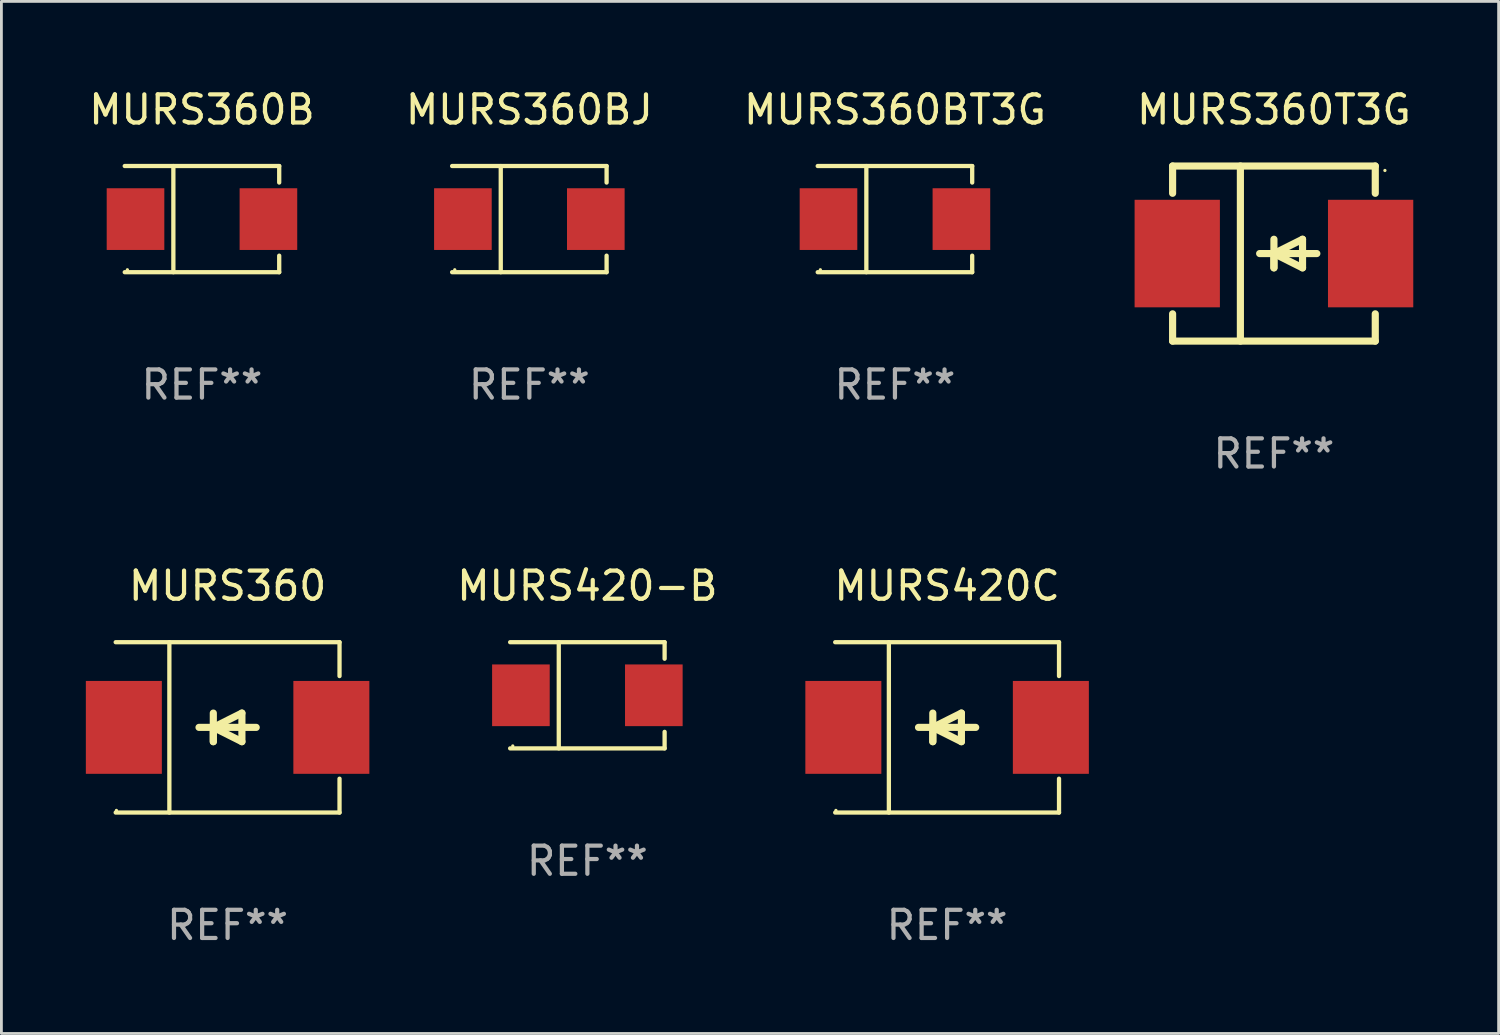
<source format=kicad_pcb>
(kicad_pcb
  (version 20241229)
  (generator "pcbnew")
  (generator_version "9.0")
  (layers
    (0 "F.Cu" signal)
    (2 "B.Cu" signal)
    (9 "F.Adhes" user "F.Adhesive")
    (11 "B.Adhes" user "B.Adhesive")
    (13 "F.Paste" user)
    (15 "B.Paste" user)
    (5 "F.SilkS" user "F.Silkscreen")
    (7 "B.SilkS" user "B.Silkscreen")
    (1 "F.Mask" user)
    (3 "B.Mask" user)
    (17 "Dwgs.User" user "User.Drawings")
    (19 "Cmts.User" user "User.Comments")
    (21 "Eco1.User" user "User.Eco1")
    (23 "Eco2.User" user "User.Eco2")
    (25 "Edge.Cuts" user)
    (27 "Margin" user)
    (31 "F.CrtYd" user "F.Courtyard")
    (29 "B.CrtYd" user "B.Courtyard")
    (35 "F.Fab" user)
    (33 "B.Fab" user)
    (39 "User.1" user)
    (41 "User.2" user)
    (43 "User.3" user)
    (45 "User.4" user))
  (footprint "MURS420C"
    (layer "F.Cu")
    (at 30.597 22.791)
    (property "Reference" "MURS420C" (at 0 -5.026 0) (layer "F.SilkS") (effects (font (size 1 1) (thickness 0.15))))
    (attr through_hole)
    (fp_line (start -3.976 -3.026) (end 3.976 -3.026) (stroke (width 0.152) (type solid)) (layer "F.SilkS"))
    (fp_line (start -3.976 3.026) (end 3.976 3.026) (stroke (width 0.152) (type solid)) (layer "F.SilkS"))
    (fp_line (start -2.069 -3.026) (end -2.069 3.026) (stroke (width 0.152) (type solid)) (layer "F.SilkS"))
    (fp_line (start -0.508 0) (end -0.508 0.508) (stroke (width 0.254) (type solid)) (layer "F.SilkS"))
    (fp_line (start -0.508 0) (end 0.508 0.508) (stroke (width 0.254) (type solid)) (layer "F.SilkS"))
    (fp_line (start -0.508 0.508) (end -0.508 -0.508) (stroke (width 0.254) (type solid)) (layer "F.SilkS"))
    (fp_line (start 0.508 -0.508) (end -0.508 0) (stroke (width 0.254) (type solid)) (layer "F.SilkS"))
    (fp_line (start 0.508 0.508) (end 0.508 -0.508) (stroke (width 0.254) (type solid)) (layer "F.SilkS"))
    (fp_line (start 1.016 0) (end -1.016 0) (stroke (width 0.254) (type solid)) (layer "F.SilkS"))
    (fp_line (start 3.976 -3.026) (end 3.976 -1.823) (stroke (width 0.152) (type solid)) (layer "F.SilkS"))
    (fp_line (start 3.976 3.026) (end 3.976 1.823) (stroke (width 0.152) (type solid)) (layer "F.SilkS"))
    (fp_circle (center -3.95 2.95) (end -3.92 2.95) (stroke (width 0.06) (type solid)) (fill no) (layer "F.SilkS"))
    (fp_text user "REF**" (at 0 7.026 0) (layer "F.Fab") (effects (font (size 1 1) (thickness 0.15))))
    (pad "1" smd rect (at -3.686 0) (size 2.7 3.3) (layers "F.Cu" "F.Mask" "F.Paste"))
    (pad "2" smd rect (at 3.686 0) (size 2.7 3.3) (layers "F.Cu" "F.Mask" "F.Paste")))
  (footprint "MURS360BJ"
    (layer "F.Cu")
    (at 15.756 4.734)
    (property "Reference" "MURS360BJ" (at 0 -3.886 0) (layer "F.SilkS") (effects (font (size 1 1) (thickness 0.15))))
    (attr through_hole)
    (fp_line (start -2.744 -1.886) (end 2.744 -1.886) (stroke (width 0.152) (type solid)) (layer "F.SilkS"))
    (fp_line (start -2.744 1.886) (end 2.744 1.886) (stroke (width 0.152) (type solid)) (layer "F.SilkS"))
    (fp_line (start -1.016 -1.886) (end -1.016 1.886) (stroke (width 0.152) (type solid)) (layer "F.SilkS"))
    (fp_line (start 2.744 -1.886) (end 2.744 -1.299) (stroke (width 0.152) (type solid)) (layer "F.SilkS"))
    (fp_line (start 2.744 1.886) (end 2.744 1.299) (stroke (width 0.152) (type solid)) (layer "F.SilkS"))
    (fp_circle (center -2.65 1.8) (end -2.62 1.8) (stroke (width 0.06) (type solid)) (fill no) (layer "F.SilkS"))
    (fp_text user "REF**" (at 0 5.886 0) (layer "F.Fab") (effects (font (size 1 1) (thickness 0.15))))
    (pad "1" smd rect (at -2.361 0) (size 2.047 2.192) (layers "F.Cu" "F.Mask" "F.Paste"))
    (pad "2" smd rect (at 2.361 0) (size 2.047 2.192) (layers "F.Cu" "F.Mask" "F.Paste")))
  (footprint "MURS360T3G"
    (layer "F.Cu")
    (at 42.208 5.958)
    (property "Reference" "MURS360T3G" (at 0 -5.11 0) (layer "F.SilkS") (effects (font (size 1 1) (thickness 0.15))))
    (attr through_hole)
    (fp_line (start -3.6 -3.11) (end -3.6 -2.141) (stroke (width 0.254) (type solid)) (layer "F.SilkS"))
    (fp_line (start -3.6 -3.11) (end 3.6 -3.11) (stroke (width 0.254) (type solid)) (layer "F.SilkS"))
    (fp_line (start -3.6 2.141) (end -3.6 3.11) (stroke (width 0.254) (type solid)) (layer "F.SilkS"))
    (fp_line (start -3.6 3.11) (end 3.6 3.11) (stroke (width 0.254) (type solid)) (layer "F.SilkS"))
    (fp_line (start -1.192 -3.11) (end -1.192 3.11) (stroke (width 0.254) (type solid)) (layer "F.SilkS"))
    (fp_line (start 0 0) (end 0 0.508) (stroke (width 0.254) (type solid)) (layer "F.SilkS"))
    (fp_line (start 0 0) (end 1.016 0.508) (stroke (width 0.254) (type solid)) (layer "F.SilkS"))
    (fp_line (start 0 0.508) (end 0 -0.508) (stroke (width 0.254) (type solid)) (layer "F.SilkS"))
    (fp_line (start 1.016 -0.508) (end 0 0) (stroke (width 0.254) (type solid)) (layer "F.SilkS"))
    (fp_line (start 1.016 0.508) (end 1.016 -0.508) (stroke (width 0.254) (type solid)) (layer "F.SilkS"))
    (fp_line (start 1.524 0) (end -0.508 0) (stroke (width 0.254) (type solid)) (layer "F.SilkS"))
    (fp_line (start 3.6 -3.11) (end 3.6 -2.141) (stroke (width 0.254) (type solid)) (layer "F.SilkS"))
    (fp_line (start 3.6 2.141) (end 3.6 3.11) (stroke (width 0.254) (type solid)) (layer "F.SilkS"))
    (fp_circle (center 3.943 -2.952) (end 3.973 -2.952) (stroke (width 0.06) (type solid)) (fill no) (layer "F.SilkS"))
    (fp_text user "REF**" (at 0 7.11 0) (layer "F.Fab") (effects (font (size 1 1) (thickness 0.15))))
    (pad "1" smd rect (at 3.435 0 180) (size 3.03 3.82) (layers "F.Cu" "F.Mask" "F.Paste"))
    (pad "2" smd rect (at -3.435 0 180) (size 3.03 3.82) (layers "F.Cu" "F.Mask" "F.Paste")))
  (footprint "MURS420-B"
    (layer "F.Cu")
    (at 17.817 21.651)
    (property "Reference" "MURS420-B" (at 0 -3.886 0) (layer "F.SilkS") (effects (font (size 1 1) (thickness 0.15))))
    (attr through_hole)
    (fp_line (start -2.744 -1.886) (end 2.744 -1.886) (stroke (width 0.152) (type solid)) (layer "F.SilkS"))
    (fp_line (start -2.744 1.886) (end 2.744 1.886) (stroke (width 0.152) (type solid)) (layer "F.SilkS"))
    (fp_line (start -1.016 -1.886) (end -1.016 1.886) (stroke (width 0.152) (type solid)) (layer "F.SilkS"))
    (fp_line (start 2.744 -1.886) (end 2.744 -1.299) (stroke (width 0.152) (type solid)) (layer "F.SilkS"))
    (fp_line (start 2.744 1.886) (end 2.744 1.299) (stroke (width 0.152) (type solid)) (layer "F.SilkS"))
    (fp_circle (center -2.65 1.8) (end -2.62 1.8) (stroke (width 0.06) (type solid)) (fill no) (layer "F.SilkS"))
    (fp_text user "REF**" (at 0 5.886 0) (layer "F.Fab") (effects (font (size 1 1) (thickness 0.15))))
    (pad "1" smd rect (at -2.361 0) (size 2.047 2.192) (layers "F.Cu" "F.Mask" "F.Paste"))
    (pad "2" smd rect (at 2.361 0) (size 2.047 2.192) (layers "F.Cu" "F.Mask" "F.Paste")))
  (footprint "MURS360"
    (layer "F.Cu")
    (at 5.036 22.791)
    (property "Reference" "MURS360" (at 0 -5.026 0) (layer "F.SilkS") (effects (font (size 1 1) (thickness 0.15))))
    (attr through_hole)
    (fp_line (start -3.976 -3.026) (end 3.976 -3.026) (stroke (width 0.152) (type solid)) (layer "F.SilkS"))
    (fp_line (start -3.976 3.026) (end 3.976 3.026) (stroke (width 0.152) (type solid)) (layer "F.SilkS"))
    (fp_line (start -2.069 -3.026) (end -2.069 3.026) (stroke (width 0.152) (type solid)) (layer "F.SilkS"))
    (fp_line (start -0.508 0) (end -0.508 0.508) (stroke (width 0.254) (type solid)) (layer "F.SilkS"))
    (fp_line (start -0.508 0) (end 0.508 0.508) (stroke (width 0.254) (type solid)) (layer "F.SilkS"))
    (fp_line (start -0.508 0.508) (end -0.508 -0.508) (stroke (width 0.254) (type solid)) (layer "F.SilkS"))
    (fp_line (start 0.508 -0.508) (end -0.508 0) (stroke (width 0.254) (type solid)) (layer "F.SilkS"))
    (fp_line (start 0.508 0.508) (end 0.508 -0.508) (stroke (width 0.254) (type solid)) (layer "F.SilkS"))
    (fp_line (start 1.016 0) (end -1.016 0) (stroke (width 0.254) (type solid)) (layer "F.SilkS"))
    (fp_line (start 3.976 -3.026) (end 3.976 -1.823) (stroke (width 0.152) (type solid)) (layer "F.SilkS"))
    (fp_line (start 3.976 3.026) (end 3.976 1.823) (stroke (width 0.152) (type solid)) (layer "F.SilkS"))
    (fp_circle (center -3.95 2.95) (end -3.92 2.95) (stroke (width 0.06) (type solid)) (fill no) (layer "F.SilkS"))
    (fp_text user "REF**" (at 0 7.026 0) (layer "F.Fab") (effects (font (size 1 1) (thickness 0.15))))
    (pad "1" smd rect (at -3.686 0) (size 2.7 3.3) (layers "F.Cu" "F.Mask" "F.Paste"))
    (pad "2" smd rect (at 3.686 0) (size 2.7 3.3) (layers "F.Cu" "F.Mask" "F.Paste")))
  (footprint "MURS360B"
    (layer "F.Cu")
    (at 4.125 4.734)
    (property "Reference" "MURS360B" (at 0 -3.886 0) (layer "F.SilkS") (effects (font (size 1 1) (thickness 0.15))))
    (attr through_hole)
    (fp_line (start -2.744 -1.886) (end 2.744 -1.886) (stroke (width 0.152) (type solid)) (layer "F.SilkS"))
    (fp_line (start -2.744 1.886) (end 2.744 1.886) (stroke (width 0.152) (type solid)) (layer "F.SilkS"))
    (fp_line (start -1.016 -1.886) (end -1.016 1.886) (stroke (width 0.152) (type solid)) (layer "F.SilkS"))
    (fp_line (start 2.744 -1.886) (end 2.744 -1.299) (stroke (width 0.152) (type solid)) (layer "F.SilkS"))
    (fp_line (start 2.744 1.886) (end 2.744 1.299) (stroke (width 0.152) (type solid)) (layer "F.SilkS"))
    (fp_circle (center -2.65 1.8) (end -2.62 1.8) (stroke (width 0.06) (type solid)) (fill no) (layer "F.SilkS"))
    (fp_text user "REF**" (at 0 5.886 0) (layer "F.Fab") (effects (font (size 1 1) (thickness 0.15))))
    (pad "1" smd rect (at -2.361 0) (size 2.047 2.192) (layers "F.Cu" "F.Mask" "F.Paste"))
    (pad "2" smd rect (at 2.361 0) (size 2.047 2.192) (layers "F.Cu" "F.Mask" "F.Paste")))
  (footprint "MURS360BT3G"
    (layer "F.Cu")
    (at 28.744 4.734)
    (property "Reference" "MURS360BT3G" (at 0 -3.886 0) (layer "F.SilkS") (effects (font (size 1 1) (thickness 0.15))))
    (attr through_hole)
    (fp_line (start -2.744 -1.886) (end 2.744 -1.886) (stroke (width 0.152) (type solid)) (layer "F.SilkS"))
    (fp_line (start -2.744 1.886) (end 2.744 1.886) (stroke (width 0.152) (type solid)) (layer "F.SilkS"))
    (fp_line (start -1.016 -1.886) (end -1.016 1.886) (stroke (width 0.152) (type solid)) (layer "F.SilkS"))
    (fp_line (start 2.744 -1.886) (end 2.744 -1.299) (stroke (width 0.152) (type solid)) (layer "F.SilkS"))
    (fp_line (start 2.744 1.886) (end 2.744 1.299) (stroke (width 0.152) (type solid)) (layer "F.SilkS"))
    (fp_circle (center -2.65 1.8) (end -2.62 1.8) (stroke (width 0.06) (type solid)) (fill no) (layer "F.SilkS"))
    (fp_text user "REF**" (at 0 5.886 0) (layer "F.Fab") (effects (font (size 1 1) (thickness 0.15))))
    (pad "1" smd rect (at -2.361 0) (size 2.047 2.192) (layers "F.Cu" "F.Mask" "F.Paste"))
    (pad "2" smd rect (at 2.361 0) (size 2.047 2.192) (layers "F.Cu" "F.Mask" "F.Paste")))
  (gr_rect
    (start -3 -3)
    (end 50.19 33.665)
    (stroke (width 0.1) (type default))
    (fill no)
    (layer "Edge.Cuts")))
</source>
